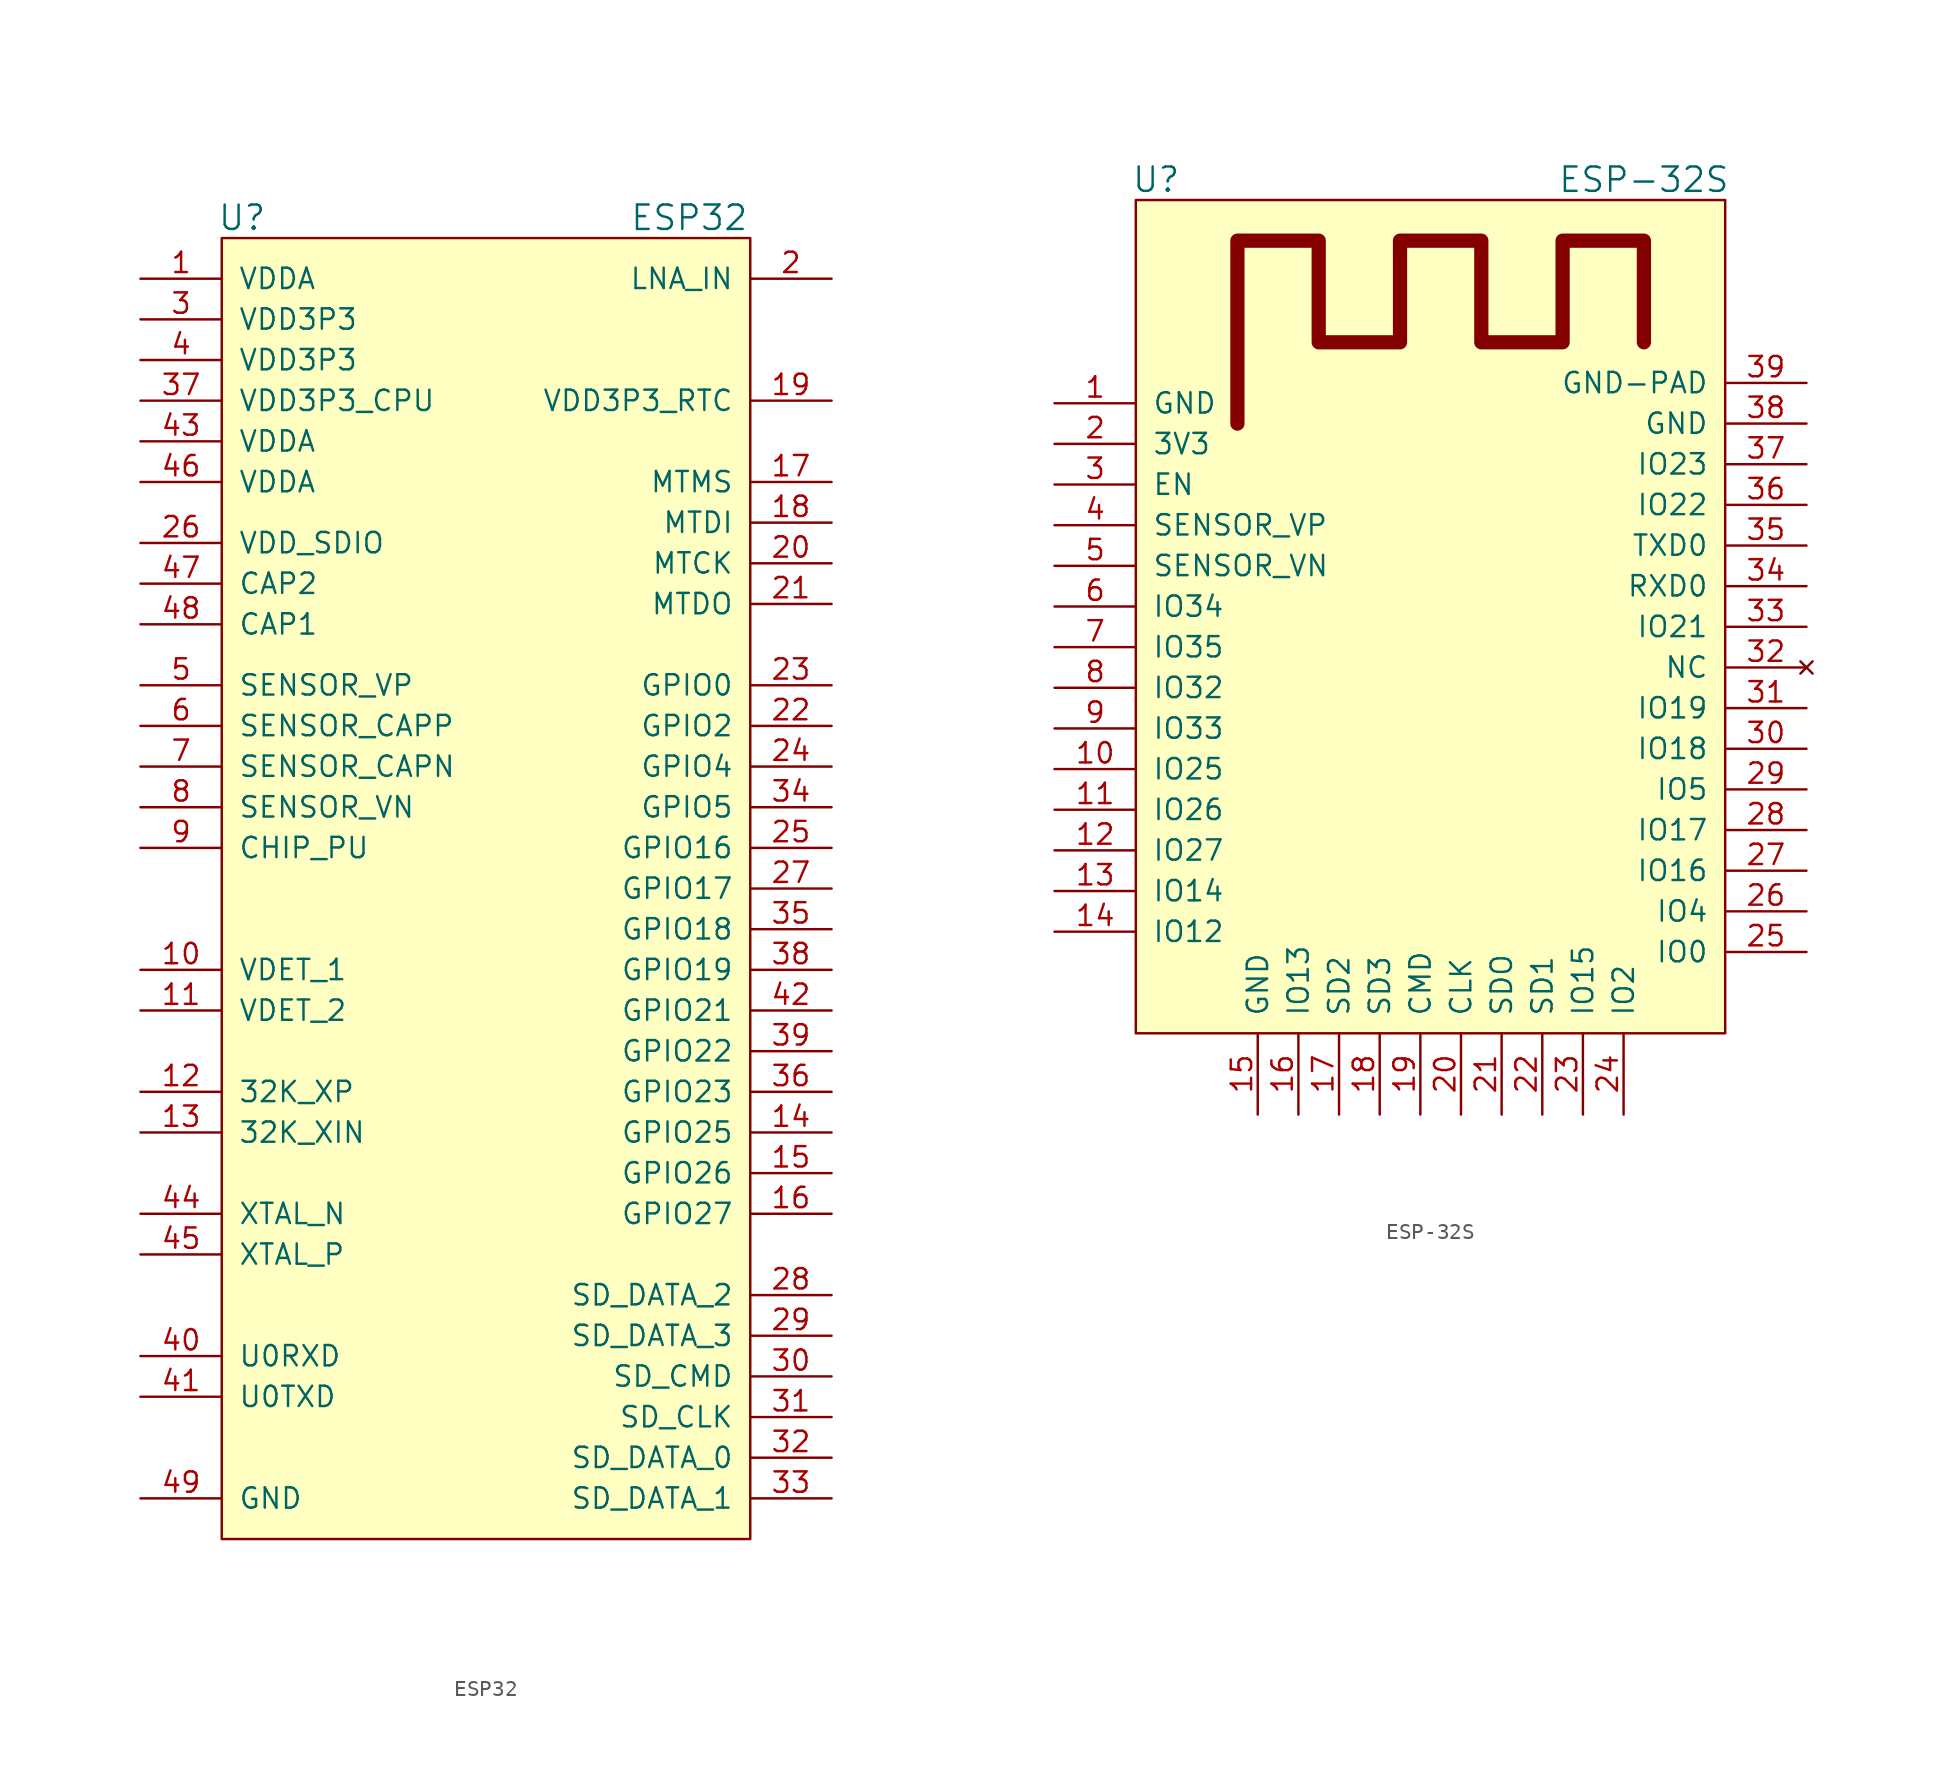
<source format=kicad_sym>
(kicad_symbol_lib
  (version 20201005)
  (generator kicad_symbol_editor)
  (symbol "ESP32"
    (pin_names
      (offset 1.016))
    (property "Reference" "U"
      (at -15.24 43.18 0)
      (effects (font (size 1.524 1.524))))
    (property "Value" "ESP32"
      (at 12.7 43.18 0)
      (effects (font (size 1.524 1.524))))
    (symbol "ESP32_0_1"
      (rectangle (start -16.51 41.91) (end 16.51 -39.37) (stroke (width 0)) (fill (type background))))
    (symbol "ESP32_1_1"
      (pin power_in line (at -21.59 39.37 0) (length 5.08) (name "VDDA" (effects (font (size 1.27 1.27)))) (number "1" (effects (font (size 1.27 1.27)))))
      (pin input line (at 21.59 39.37 180) (length 5.08) (name "LNA_IN" (effects (font (size 1.27 1.27)))) (number "2" (effects (font (size 1.27 1.27)))))
      (pin power_in line (at -21.59 36.83 0) (length 5.08) (name "VDD3P3" (effects (font (size 1.27 1.27)))) (number "3" (effects (font (size 1.27 1.27)))))
      (pin input line (at -21.59 34.29 0) (length 5.08) (name "VDD3P3" (effects (font (size 1.27 1.27)))) (number "4" (effects (font (size 1.27 1.27)))))
      (pin input line (at -21.59 13.97 0) (length 5.08) (name "SENSOR_VP" (effects (font (size 1.27 1.27)))) (number "5" (effects (font (size 1.27 1.27)))))
      (pin input line (at -21.59 11.43 0) (length 5.08) (name "SENSOR_CAPP" (effects (font (size 1.27 1.27)))) (number "6" (effects (font (size 1.27 1.27)))))
      (pin input line (at -21.59 8.89 0) (length 5.08) (name "SENSOR_CAPN" (effects (font (size 1.27 1.27)))) (number "7" (effects (font (size 1.27 1.27)))))
      (pin input line (at -21.59 6.35 0) (length 5.08) (name "SENSOR_VN" (effects (font (size 1.27 1.27)))) (number "8" (effects (font (size 1.27 1.27)))))
      (pin input line (at -21.59 3.81 0) (length 5.08) (name "CHIP_PU" (effects (font (size 1.27 1.27)))) (number "9" (effects (font (size 1.27 1.27)))))
      (pin input line (at -21.59 -3.81 0) (length 5.08) (name "VDET_1" (effects (font (size 1.27 1.27)))) (number "10" (effects (font (size 1.27 1.27)))))
      (pin bidirectional line (at 21.59 21.59 180) (length 5.08) (name "MTCK" (effects (font (size 1.27 1.27)))) (number "20" (effects (font (size 1.27 1.27)))))
      (pin bidirectional line (at 21.59 -29.21 180) (length 5.08) (name "SD_CMD" (effects (font (size 1.27 1.27)))) (number "30" (effects (font (size 1.27 1.27)))))
      (pin bidirectional line (at -21.59 -27.94 0) (length 5.08) (name "U0RXD" (effects (font (size 1.27 1.27)))) (number "40" (effects (font (size 1.27 1.27)))))
      (pin input line (at -21.59 -6.35 0) (length 5.08) (name "VDET_2" (effects (font (size 1.27 1.27)))) (number "11" (effects (font (size 1.27 1.27)))))
      (pin bidirectional line (at 21.59 19.05 180) (length 5.08) (name "MTDO" (effects (font (size 1.27 1.27)))) (number "21" (effects (font (size 1.27 1.27)))))
      (pin bidirectional line (at 21.59 -31.75 180) (length 5.08) (name "SD_CLK" (effects (font (size 1.27 1.27)))) (number "31" (effects (font (size 1.27 1.27)))))
      (pin bidirectional line (at -21.59 -30.48 0) (length 5.08) (name "U0TXD" (effects (font (size 1.27 1.27)))) (number "41" (effects (font (size 1.27 1.27)))))
      (pin bidirectional line (at -21.59 -11.43 0) (length 5.08) (name "32K_XP" (effects (font (size 1.27 1.27)))) (number "12" (effects (font (size 1.27 1.27)))))
      (pin bidirectional line (at 21.59 11.43 180) (length 5.08) (name "GPIO2" (effects (font (size 1.27 1.27)))) (number "22" (effects (font (size 1.27 1.27)))))
      (pin bidirectional line (at 21.59 -34.29 180) (length 5.08) (name "SD_DATA_0" (effects (font (size 1.27 1.27)))) (number "32" (effects (font (size 1.27 1.27)))))
      (pin bidirectional line (at 21.59 -6.35 180) (length 5.08) (name "GPIO21" (effects (font (size 1.27 1.27)))) (number "42" (effects (font (size 1.27 1.27)))))
      (pin bidirectional line (at -21.59 -13.97 0) (length 5.08) (name "32K_XIN" (effects (font (size 1.27 1.27)))) (number "13" (effects (font (size 1.27 1.27)))))
      (pin bidirectional line (at 21.59 13.97 180) (length 5.08) (name "GPIO0" (effects (font (size 1.27 1.27)))) (number "23" (effects (font (size 1.27 1.27)))))
      (pin bidirectional line (at 21.59 -36.83 180) (length 5.08) (name "SD_DATA_1" (effects (font (size 1.27 1.27)))) (number "33" (effects (font (size 1.27 1.27)))))
      (pin power_in line (at -21.59 29.21 0) (length 5.08) (name "VDDA" (effects (font (size 1.27 1.27)))) (number "43" (effects (font (size 1.27 1.27)))))
      (pin bidirectional line (at 21.59 -13.97 180) (length 5.08) (name "GPIO25" (effects (font (size 1.27 1.27)))) (number "14" (effects (font (size 1.27 1.27)))))
      (pin bidirectional line (at 21.59 8.89 180) (length 5.08) (name "GPIO4" (effects (font (size 1.27 1.27)))) (number "24" (effects (font (size 1.27 1.27)))))
      (pin bidirectional line (at 21.59 6.35 180) (length 5.08) (name "GPIO5" (effects (font (size 1.27 1.27)))) (number "34" (effects (font (size 1.27 1.27)))))
      (pin bidirectional line (at -21.59 -19.05 0) (length 5.08) (name "XTAL_N" (effects (font (size 1.27 1.27)))) (number "44" (effects (font (size 1.27 1.27)))))
      (pin bidirectional line (at 21.59 -16.51 180) (length 5.08) (name "GPIO26" (effects (font (size 1.27 1.27)))) (number "15" (effects (font (size 1.27 1.27)))))
      (pin bidirectional line (at 21.59 3.81 180) (length 5.08) (name "GPIO16" (effects (font (size 1.27 1.27)))) (number "25" (effects (font (size 1.27 1.27)))))
      (pin bidirectional line (at 21.59 -1.27 180) (length 5.08) (name "GPIO18" (effects (font (size 1.27 1.27)))) (number "35" (effects (font (size 1.27 1.27)))))
      (pin bidirectional line (at -21.59 -21.59 0) (length 5.08) (name "XTAL_P" (effects (font (size 1.27 1.27)))) (number "45" (effects (font (size 1.27 1.27)))))
      (pin bidirectional line (at 21.59 -19.05 180) (length 5.08) (name "GPIO27" (effects (font (size 1.27 1.27)))) (number "16" (effects (font (size 1.27 1.27)))))
      (pin power_in line (at -21.59 22.86 0) (length 5.08) (name "VDD_SDIO" (effects (font (size 1.27 1.27)))) (number "26" (effects (font (size 1.27 1.27)))))
      (pin bidirectional line (at 21.59 -11.43 180) (length 5.08) (name "GPIO23" (effects (font (size 1.27 1.27)))) (number "36" (effects (font (size 1.27 1.27)))))
      (pin power_in line (at -21.59 26.67 0) (length 5.08) (name "VDDA" (effects (font (size 1.27 1.27)))) (number "46" (effects (font (size 1.27 1.27)))))
      (pin bidirectional line (at 21.59 26.67 180) (length 5.08) (name "MTMS" (effects (font (size 1.27 1.27)))) (number "17" (effects (font (size 1.27 1.27)))))
      (pin bidirectional line (at 21.59 1.27 180) (length 5.08) (name "GPIO17" (effects (font (size 1.27 1.27)))) (number "27" (effects (font (size 1.27 1.27)))))
      (pin power_in line (at -21.59 31.75 0) (length 5.08) (name "VDD3P3_CPU" (effects (font (size 1.27 1.27)))) (number "37" (effects (font (size 1.27 1.27)))))
      (pin passive line (at -21.59 20.32 0) (length 5.08) (name "CAP2" (effects (font (size 1.27 1.27)))) (number "47" (effects (font (size 1.27 1.27)))))
      (pin bidirectional line (at 21.59 24.13 180) (length 5.08) (name "MTDI" (effects (font (size 1.27 1.27)))) (number "18" (effects (font (size 1.27 1.27)))))
      (pin bidirectional line (at 21.59 -24.13 180) (length 5.08) (name "SD_DATA_2" (effects (font (size 1.27 1.27)))) (number "28" (effects (font (size 1.27 1.27)))))
      (pin bidirectional line (at 21.59 -3.81 180) (length 5.08) (name "GPIO19" (effects (font (size 1.27 1.27)))) (number "38" (effects (font (size 1.27 1.27)))))
      (pin passive line (at -21.59 17.78 0) (length 5.08) (name "CAP1" (effects (font (size 1.27 1.27)))) (number "48" (effects (font (size 1.27 1.27)))))
      (pin power_in line (at 21.59 31.75 180) (length 5.08) (name "VDD3P3_RTC" (effects (font (size 1.27 1.27)))) (number "19" (effects (font (size 1.27 1.27)))))
      (pin bidirectional line (at 21.59 -26.67 180) (length 5.08) (name "SD_DATA_3" (effects (font (size 1.27 1.27)))) (number "29" (effects (font (size 1.27 1.27)))))
      (pin bidirectional line (at 21.59 -8.89 180) (length 5.08) (name "GPIO22" (effects (font (size 1.27 1.27)))) (number "39" (effects (font (size 1.27 1.27)))))
      (pin power_in line (at -21.59 -36.83 0) (length 5.08) (name "GND" (effects (font (size 1.27 1.27)))) (number "49" (effects (font (size 1.27 1.27)))))))
  (symbol "ESP-32S"
    (pin_names
      (offset 1.016))
    (property "Reference" "U"
      (at -17.78 31.75 0)
      (effects (font (size 1.524 1.524))))
    (property "Value" "ESP-32S"
      (at 12.7 31.75 0)
      (effects (font (size 1.524 1.524))))
    (symbol "ESP-32S_0_1"
      (rectangle (start -19.05 30.48) (end 17.78 -21.59) (stroke (width 0)) (fill (type background)))
      (polyline (pts (xy -12.7 16.51) (xy -12.7 27.94) (xy -7.62 27.94) (xy -7.62 21.59) (xy -2.54 21.59) (xy -2.54 27.94) (xy 2.54 27.94) (xy 2.54 21.59) (xy 7.62 21.59) (xy 7.62 27.94) (xy 12.7 27.94) (xy 12.7 21.59)) (stroke (width 0.889)) (fill (type none))))
    (symbol "ESP-32S_1_1"
      (pin power_out line (at -24.13 17.78 0) (length 5.08) (name "GND" (effects (font (size 1.27 1.27)))) (number "1" (effects (font (size 1.27 1.27)))))
      (pin power_in line (at -24.13 15.24 0) (length 5.08) (name "3V3" (effects (font (size 1.27 1.27)))) (number "2" (effects (font (size 1.27 1.27)))))
      (pin input line (at -24.13 12.7 0) (length 5.08) (name "EN" (effects (font (size 1.27 1.27)))) (number "3" (effects (font (size 1.27 1.27)))))
      (pin input line (at -24.13 10.16 0) (length 5.08) (name "SENSOR_VP" (effects (font (size 1.27 1.27)))) (number "4" (effects (font (size 1.27 1.27)))))
      (pin input line (at -24.13 7.62 0) (length 5.08) (name "SENSOR_VN" (effects (font (size 1.27 1.27)))) (number "5" (effects (font (size 1.27 1.27)))))
      (pin bidirectional line (at -24.13 5.08 0) (length 5.08) (name "IO34" (effects (font (size 1.27 1.27)))) (number "6" (effects (font (size 1.27 1.27)))))
      (pin bidirectional line (at -24.13 2.54 0) (length 5.08) (name "IO35" (effects (font (size 1.27 1.27)))) (number "7" (effects (font (size 1.27 1.27)))))
      (pin bidirectional line (at -24.13 0 0) (length 5.08) (name "IO32" (effects (font (size 1.27 1.27)))) (number "8" (effects (font (size 1.27 1.27)))))
      (pin bidirectional line (at -24.13 -2.54 0) (length 5.08) (name "IO33" (effects (font (size 1.27 1.27)))) (number "9" (effects (font (size 1.27 1.27)))))
      (pin bidirectional line (at -24.13 -5.08 0) (length 5.08) (name "IO25" (effects (font (size 1.27 1.27)))) (number "10" (effects (font (size 1.27 1.27)))))
      (pin input line (at 1.27 -26.67 90) (length 5.08) (name "CLK" (effects (font (size 1.27 1.27)))) (number "20" (effects (font (size 1.27 1.27)))))
      (pin input line (at 22.86 -3.81 180) (length 5.08) (name "IO18" (effects (font (size 1.27 1.27)))) (number "30" (effects (font (size 1.27 1.27)))))
      (pin bidirectional line (at -24.13 -7.62 0) (length 5.08) (name "IO26" (effects (font (size 1.27 1.27)))) (number "11" (effects (font (size 1.27 1.27)))))
      (pin bidirectional line (at 3.81 -26.67 90) (length 5.08) (name "SDO" (effects (font (size 1.27 1.27)))) (number "21" (effects (font (size 1.27 1.27)))))
      (pin bidirectional line (at 22.86 -1.27 180) (length 5.08) (name "IO19" (effects (font (size 1.27 1.27)))) (number "31" (effects (font (size 1.27 1.27)))))
      (pin bidirectional line (at -24.13 -10.16 0) (length 5.08) (name "IO27" (effects (font (size 1.27 1.27)))) (number "12" (effects (font (size 1.27 1.27)))))
      (pin bidirectional line (at 6.35 -26.67 90) (length 5.08) (name "SD1" (effects (font (size 1.27 1.27)))) (number "22" (effects (font (size 1.27 1.27)))))
      (pin no_connect line (at 22.86 1.27 180) (length 5.08) (name "NC" (effects (font (size 1.27 1.27)))) (number "32" (effects (font (size 1.27 1.27)))))
      (pin bidirectional line (at -24.13 -12.7 0) (length 5.08) (name "IO14" (effects (font (size 1.27 1.27)))) (number "13" (effects (font (size 1.27 1.27)))))
      (pin bidirectional line (at 8.89 -26.67 90) (length 5.08) (name "IO15" (effects (font (size 1.27 1.27)))) (number "23" (effects (font (size 1.27 1.27)))))
      (pin bidirectional line (at 22.86 3.81 180) (length 5.08) (name "IO21" (effects (font (size 1.27 1.27)))) (number "33" (effects (font (size 1.27 1.27)))))
      (pin bidirectional line (at -24.13 -15.24 0) (length 5.08) (name "IO12" (effects (font (size 1.27 1.27)))) (number "14" (effects (font (size 1.27 1.27)))))
      (pin bidirectional line (at 11.43 -26.67 90) (length 5.08) (name "IO2" (effects (font (size 1.27 1.27)))) (number "24" (effects (font (size 1.27 1.27)))))
      (pin bidirectional line (at 22.86 6.35 180) (length 5.08) (name "RXD0" (effects (font (size 1.27 1.27)))) (number "34" (effects (font (size 1.27 1.27)))))
      (pin power_in line (at -11.43 -26.67 90) (length 5.08) (name "GND" (effects (font (size 1.27 1.27)))) (number "15" (effects (font (size 1.27 1.27)))))
      (pin bidirectional line (at 22.86 -16.51 180) (length 5.08) (name "IO0" (effects (font (size 1.27 1.27)))) (number "25" (effects (font (size 1.27 1.27)))))
      (pin bidirectional line (at 22.86 8.89 180) (length 5.08) (name "TXD0" (effects (font (size 1.27 1.27)))) (number "35" (effects (font (size 1.27 1.27)))))
      (pin bidirectional line (at -8.89 -26.67 90) (length 5.08) (name "IO13" (effects (font (size 1.27 1.27)))) (number "16" (effects (font (size 1.27 1.27)))))
      (pin input line (at 22.86 -13.97 180) (length 5.08) (name "IO4" (effects (font (size 1.27 1.27)))) (number "26" (effects (font (size 1.27 1.27)))))
      (pin bidirectional line (at 22.86 11.43 180) (length 5.08) (name "IO22" (effects (font (size 1.27 1.27)))) (number "36" (effects (font (size 1.27 1.27)))))
      (pin bidirectional line (at -6.35 -26.67 90) (length 5.08) (name "SD2" (effects (font (size 1.27 1.27)))) (number "17" (effects (font (size 1.27 1.27)))))
      (pin bidirectional line (at 22.86 -11.43 180) (length 5.08) (name "IO16" (effects (font (size 1.27 1.27)))) (number "27" (effects (font (size 1.27 1.27)))))
      (pin bidirectional line (at 22.86 13.97 180) (length 5.08) (name "IO23" (effects (font (size 1.27 1.27)))) (number "37" (effects (font (size 1.27 1.27)))))
      (pin bidirectional line (at -3.81 -26.67 90) (length 5.08) (name "SD3" (effects (font (size 1.27 1.27)))) (number "18" (effects (font (size 1.27 1.27)))))
      (pin bidirectional line (at 22.86 -8.89 180) (length 5.08) (name "IO17" (effects (font (size 1.27 1.27)))) (number "28" (effects (font (size 1.27 1.27)))))
      (pin power_in line (at 22.86 16.51 180) (length 5.08) (name "GND" (effects (font (size 1.27 1.27)))) (number "38" (effects (font (size 1.27 1.27)))))
      (pin bidirectional line (at -1.27 -26.67 90) (length 5.08) (name "CMD" (effects (font (size 1.27 1.27)))) (number "19" (effects (font (size 1.27 1.27)))))
      (pin bidirectional line (at 22.86 -6.35 180) (length 5.08) (name "IO5" (effects (font (size 1.27 1.27)))) (number "29" (effects (font (size 1.27 1.27)))))
      (pin power_in line (at 22.86 19.05 180) (length 5.08) (name "GND-PAD" (effects (font (size 1.27 1.27)))) (number "39" (effects (font (size 1.27 1.27))))))))
</source>
